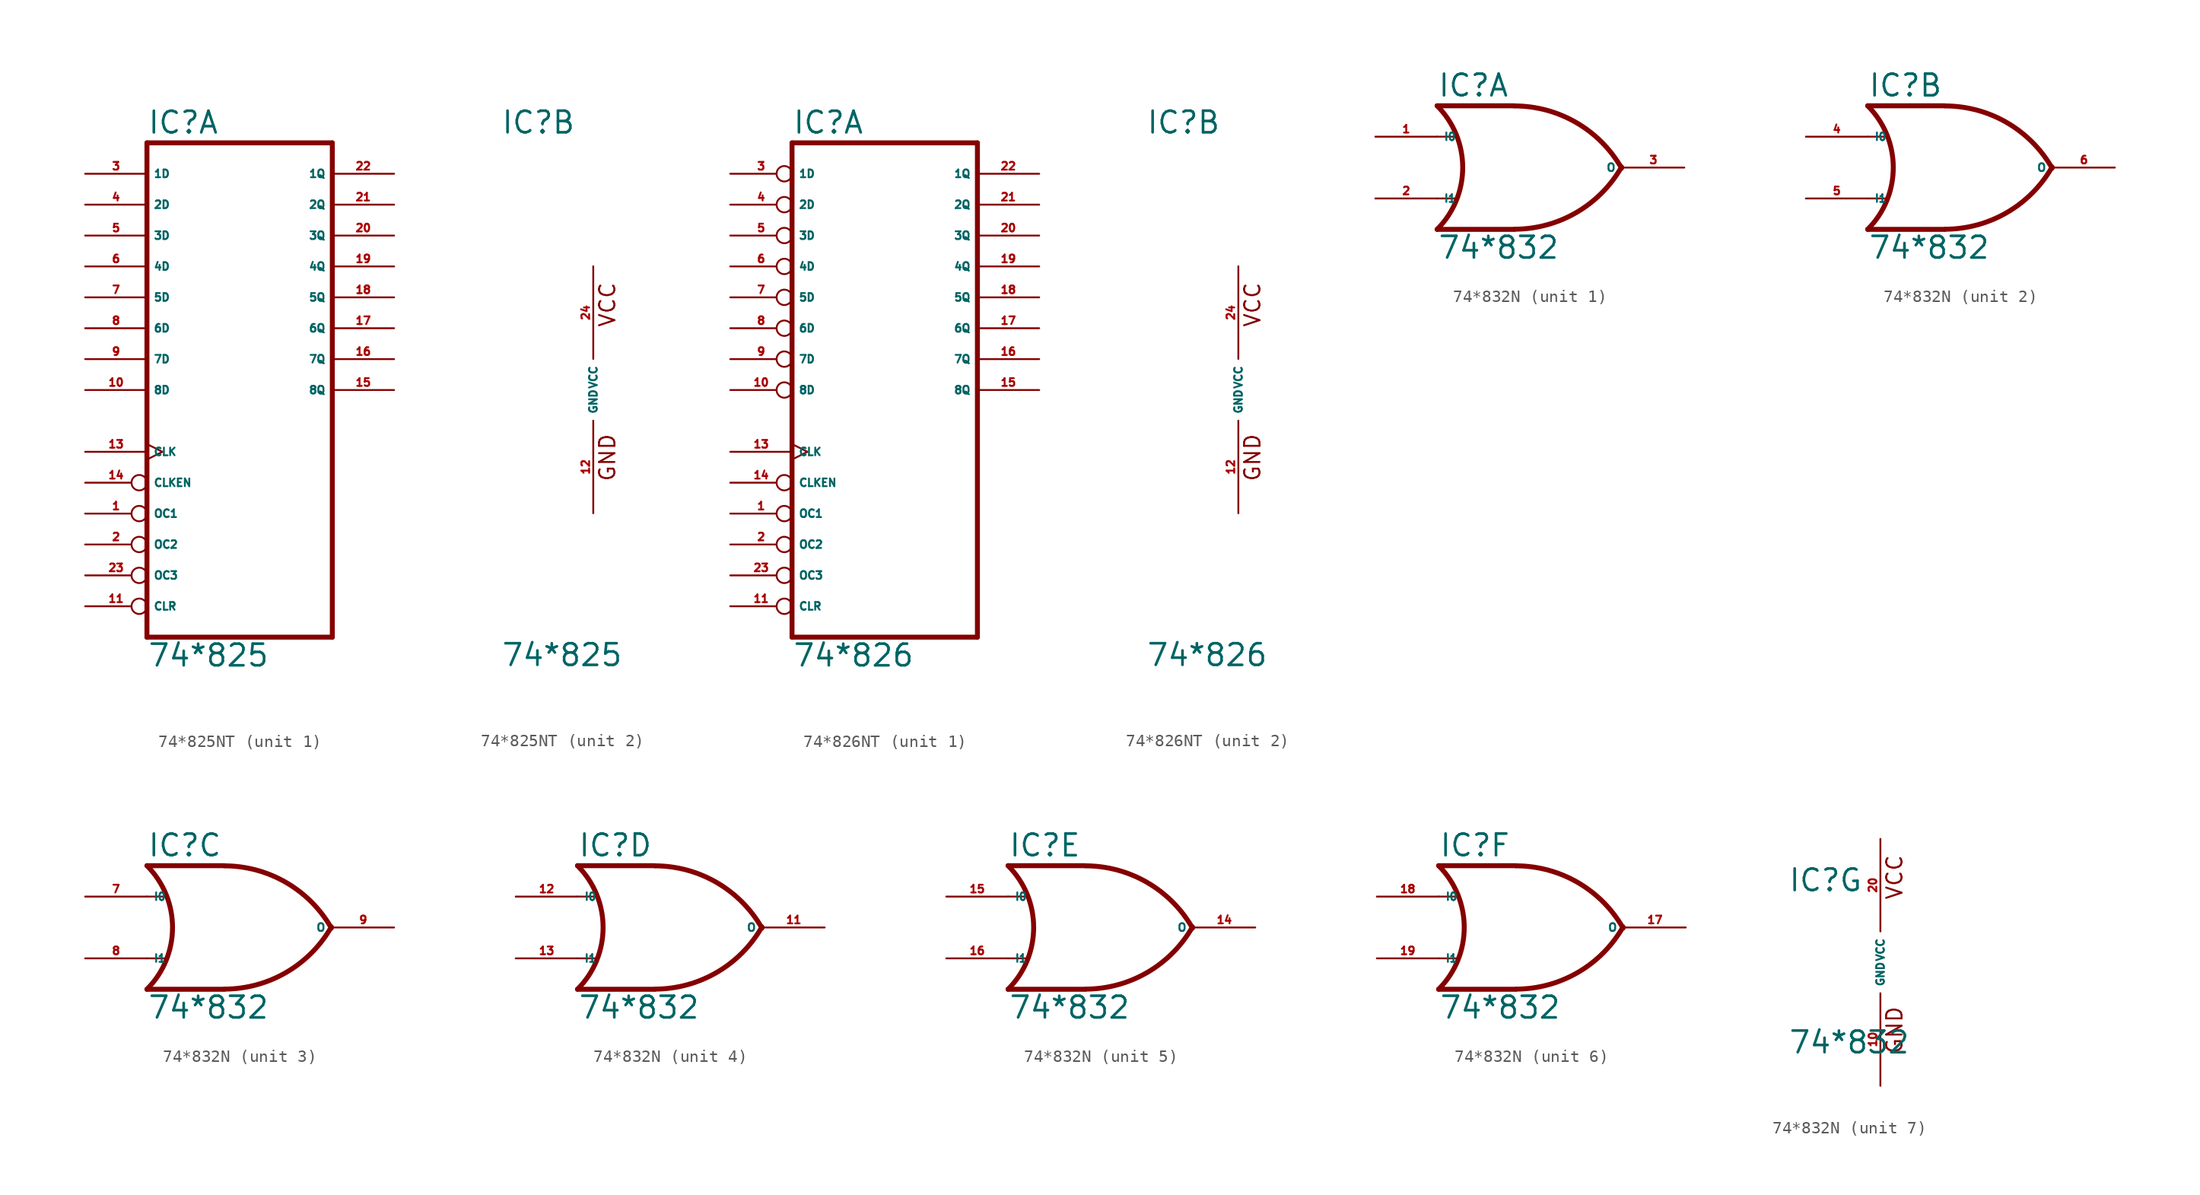
<source format=kicad_sym>
(kicad_symbol_lib
  (version 20220914)
  (generator Eagle2Kicad)
  (symbol "74*825NT"
    (property "Reference" "IC"
      (at -7.62 20.955 0)
      (effects (font (size 1.778 1.778) (thickness 0.22)) (justify left bottom)))
    (property "Value" "74*825"
      (at -7.62 -22.86 0)
      (effects (font (size 1.778 1.778) (thickness 0.22)) (justify left bottom)))
    (symbol "74*825NT_1_0"
      (polyline (pts (xy -7.62 -20.32) (xy 7.62 -20.32)) (stroke (width 0.406) (type default)) (fill (type none)))
      (polyline (pts (xy 7.62 -20.32) (xy 7.62 20.32)) (stroke (width 0.406) (type default)) (fill (type none)))
      (polyline (pts (xy 7.62 20.32) (xy -7.62 20.32)) (stroke (width 0.406) (type default)) (fill (type none)))
      (polyline (pts (xy -7.62 20.32) (xy -7.62 -20.32)) (stroke (width 0.406) (type default)) (fill (type none)))
      (pin input inverted (at -12.7 -10.16 0) (length 5.08) (name "OC1" (effects (font (size 0.635 0.635) (thickness 0.08)) (justify left bottom))) (number "1" (effects (font (size 0.635 0.635) (thickness 0.08)) (justify left bottom))))
      (pin input inverted (at -12.7 -12.7 0) (length 5.08) (name "OC2" (effects (font (size 0.635 0.635) (thickness 0.08)) (justify left bottom))) (number "2" (effects (font (size 0.635 0.635) (thickness 0.08)) (justify left bottom))))
      (pin input line (at -12.7 17.78 0) (length 5.08) (name "1D" (effects (font (size 0.635 0.635) (thickness 0.08)) (justify left bottom))) (number "3" (effects (font (size 0.635 0.635) (thickness 0.08)) (justify left bottom))))
      (pin input line (at -12.7 15.24 0) (length 5.08) (name "2D" (effects (font (size 0.635 0.635) (thickness 0.08)) (justify left bottom))) (number "4" (effects (font (size 0.635 0.635) (thickness 0.08)) (justify left bottom))))
      (pin input line (at -12.7 12.7 0) (length 5.08) (name "3D" (effects (font (size 0.635 0.635) (thickness 0.08)) (justify left bottom))) (number "5" (effects (font (size 0.635 0.635) (thickness 0.08)) (justify left bottom))))
      (pin input line (at -12.7 10.16 0) (length 5.08) (name "4D" (effects (font (size 0.635 0.635) (thickness 0.08)) (justify left bottom))) (number "6" (effects (font (size 0.635 0.635) (thickness 0.08)) (justify left bottom))))
      (pin input line (at -12.7 7.62 0) (length 5.08) (name "5D" (effects (font (size 0.635 0.635) (thickness 0.08)) (justify left bottom))) (number "7" (effects (font (size 0.635 0.635) (thickness 0.08)) (justify left bottom))))
      (pin input line (at -12.7 5.08 0) (length 5.08) (name "6D" (effects (font (size 0.635 0.635) (thickness 0.08)) (justify left bottom))) (number "8" (effects (font (size 0.635 0.635) (thickness 0.08)) (justify left bottom))))
      (pin input line (at -12.7 2.54 0) (length 5.08) (name "7D" (effects (font (size 0.635 0.635) (thickness 0.08)) (justify left bottom))) (number "9" (effects (font (size 0.635 0.635) (thickness 0.08)) (justify left bottom))))
      (pin input line (at -12.7 0 0) (length 5.08) (name "8D" (effects (font (size 0.635 0.635) (thickness 0.08)) (justify left bottom))) (number "10" (effects (font (size 0.635 0.635) (thickness 0.08)) (justify left bottom))))
      (pin input inverted (at -12.7 -17.78 0) (length 5.08) (name "CLR" (effects (font (size 0.635 0.635) (thickness 0.08)) (justify left bottom))) (number "11" (effects (font (size 0.635 0.635) (thickness 0.08)) (justify left bottom))))
      (pin input clock (at -12.7 -5.08 0) (length 5.08) (name "CLK" (effects (font (size 0.635 0.635) (thickness 0.08)) (justify left bottom))) (number "13" (effects (font (size 0.635 0.635) (thickness 0.08)) (justify left bottom))))
      (pin input inverted (at -12.7 -7.62 0) (length 5.08) (name "CLKEN" (effects (font (size 0.635 0.635) (thickness 0.08)) (justify left bottom))) (number "14" (effects (font (size 0.635 0.635) (thickness 0.08)) (justify left bottom))))
      (pin tri_state line (at 12.7 0 180) (length 5.08) (name "8Q" (effects (font (size 0.635 0.635) (thickness 0.08)) (justify left bottom))) (number "15" (effects (font (size 0.635 0.635) (thickness 0.08)) (justify left bottom))))
      (pin tri_state line (at 12.7 2.54 180) (length 5.08) (name "7Q" (effects (font (size 0.635 0.635) (thickness 0.08)) (justify left bottom))) (number "16" (effects (font (size 0.635 0.635) (thickness 0.08)) (justify left bottom))))
      (pin tri_state line (at 12.7 5.08 180) (length 5.08) (name "6Q" (effects (font (size 0.635 0.635) (thickness 0.08)) (justify left bottom))) (number "17" (effects (font (size 0.635 0.635) (thickness 0.08)) (justify left bottom))))
      (pin tri_state line (at 12.7 7.62 180) (length 5.08) (name "5Q" (effects (font (size 0.635 0.635) (thickness 0.08)) (justify left bottom))) (number "18" (effects (font (size 0.635 0.635) (thickness 0.08)) (justify left bottom))))
      (pin tri_state line (at 12.7 10.16 180) (length 5.08) (name "4Q" (effects (font (size 0.635 0.635) (thickness 0.08)) (justify left bottom))) (number "19" (effects (font (size 0.635 0.635) (thickness 0.08)) (justify left bottom))))
      (pin tri_state line (at 12.7 12.7 180) (length 5.08) (name "3Q" (effects (font (size 0.635 0.635) (thickness 0.08)) (justify left bottom))) (number "20" (effects (font (size 0.635 0.635) (thickness 0.08)) (justify left bottom))))
      (pin tri_state line (at 12.7 15.24 180) (length 5.08) (name "2Q" (effects (font (size 0.635 0.635) (thickness 0.08)) (justify left bottom))) (number "21" (effects (font (size 0.635 0.635) (thickness 0.08)) (justify left bottom))))
      (pin tri_state line (at 12.7 17.78 180) (length 5.08) (name "1Q" (effects (font (size 0.635 0.635) (thickness 0.08)) (justify left bottom))) (number "22" (effects (font (size 0.635 0.635) (thickness 0.08)) (justify left bottom))))
      (pin input inverted (at -12.7 -15.24 0) (length 5.08) (name "OC3" (effects (font (size 0.635 0.635) (thickness 0.08)) (justify left bottom))) (number "23" (effects (font (size 0.635 0.635) (thickness 0.08)) (justify left bottom)))))
    (symbol "74*825NT_2_0"
      (text "GND" (at 1.905 -7.62 900) (effects (font (size 1.27 1.27) (thickness 0.16)) (justify left bottom)))
      (text "VCC" (at 1.905 5.08 900) (effects (font (size 1.27 1.27) (thickness 0.16)) (justify left bottom)))
      (pin unspecified line (at 0 -10.16 90) (length 7.62) (name "GND" (effects (font (size 0.635 0.635) (thickness 0.08)) (justify left bottom))) (number "12" (effects (font (size 0.635 0.635) (thickness 0.08)) (justify left bottom))))
      (pin unspecified line (at 0 10.16 270) (length 7.62) (name "VCC" (effects (font (size 0.635 0.635) (thickness 0.08)) (justify left bottom))) (number "24" (effects (font (size 0.635 0.635) (thickness 0.08)) (justify left bottom))))))
  (symbol "74*826NT"
    (property "Reference" "IC"
      (at -7.62 20.955 0)
      (effects (font (size 1.778 1.778) (thickness 0.22)) (justify left bottom)))
    (property "Value" "74*826"
      (at -7.62 -22.86 0)
      (effects (font (size 1.778 1.778) (thickness 0.22)) (justify left bottom)))
    (symbol "74*826NT_1_0"
      (polyline (pts (xy -7.62 -20.32) (xy 7.62 -20.32)) (stroke (width 0.406) (type default)) (fill (type none)))
      (polyline (pts (xy 7.62 -20.32) (xy 7.62 20.32)) (stroke (width 0.406) (type default)) (fill (type none)))
      (polyline (pts (xy 7.62 20.32) (xy -7.62 20.32)) (stroke (width 0.406) (type default)) (fill (type none)))
      (polyline (pts (xy -7.62 20.32) (xy -7.62 -20.32)) (stroke (width 0.406) (type default)) (fill (type none)))
      (pin input inverted (at -12.7 -10.16 0) (length 5.08) (name "OC1" (effects (font (size 0.635 0.635) (thickness 0.08)) (justify left bottom))) (number "1" (effects (font (size 0.635 0.635) (thickness 0.08)) (justify left bottom))))
      (pin input inverted (at -12.7 -12.7 0) (length 5.08) (name "OC2" (effects (font (size 0.635 0.635) (thickness 0.08)) (justify left bottom))) (number "2" (effects (font (size 0.635 0.635) (thickness 0.08)) (justify left bottom))))
      (pin input inverted (at -12.7 17.78 0) (length 5.08) (name "1D" (effects (font (size 0.635 0.635) (thickness 0.08)) (justify left bottom))) (number "3" (effects (font (size 0.635 0.635) (thickness 0.08)) (justify left bottom))))
      (pin input inverted (at -12.7 15.24 0) (length 5.08) (name "2D" (effects (font (size 0.635 0.635) (thickness 0.08)) (justify left bottom))) (number "4" (effects (font (size 0.635 0.635) (thickness 0.08)) (justify left bottom))))
      (pin input inverted (at -12.7 12.7 0) (length 5.08) (name "3D" (effects (font (size 0.635 0.635) (thickness 0.08)) (justify left bottom))) (number "5" (effects (font (size 0.635 0.635) (thickness 0.08)) (justify left bottom))))
      (pin input inverted (at -12.7 10.16 0) (length 5.08) (name "4D" (effects (font (size 0.635 0.635) (thickness 0.08)) (justify left bottom))) (number "6" (effects (font (size 0.635 0.635) (thickness 0.08)) (justify left bottom))))
      (pin input inverted (at -12.7 7.62 0) (length 5.08) (name "5D" (effects (font (size 0.635 0.635) (thickness 0.08)) (justify left bottom))) (number "7" (effects (font (size 0.635 0.635) (thickness 0.08)) (justify left bottom))))
      (pin input inverted (at -12.7 5.08 0) (length 5.08) (name "6D" (effects (font (size 0.635 0.635) (thickness 0.08)) (justify left bottom))) (number "8" (effects (font (size 0.635 0.635) (thickness 0.08)) (justify left bottom))))
      (pin input inverted (at -12.7 2.54 0) (length 5.08) (name "7D" (effects (font (size 0.635 0.635) (thickness 0.08)) (justify left bottom))) (number "9" (effects (font (size 0.635 0.635) (thickness 0.08)) (justify left bottom))))
      (pin input inverted (at -12.7 0 0) (length 5.08) (name "8D" (effects (font (size 0.635 0.635) (thickness 0.08)) (justify left bottom))) (number "10" (effects (font (size 0.635 0.635) (thickness 0.08)) (justify left bottom))))
      (pin input inverted (at -12.7 -17.78 0) (length 5.08) (name "CLR" (effects (font (size 0.635 0.635) (thickness 0.08)) (justify left bottom))) (number "11" (effects (font (size 0.635 0.635) (thickness 0.08)) (justify left bottom))))
      (pin input clock (at -12.7 -5.08 0) (length 5.08) (name "CLK" (effects (font (size 0.635 0.635) (thickness 0.08)) (justify left bottom))) (number "13" (effects (font (size 0.635 0.635) (thickness 0.08)) (justify left bottom))))
      (pin input inverted (at -12.7 -7.62 0) (length 5.08) (name "CLKEN" (effects (font (size 0.635 0.635) (thickness 0.08)) (justify left bottom))) (number "14" (effects (font (size 0.635 0.635) (thickness 0.08)) (justify left bottom))))
      (pin tri_state line (at 12.7 0 180) (length 5.08) (name "8Q" (effects (font (size 0.635 0.635) (thickness 0.08)) (justify left bottom))) (number "15" (effects (font (size 0.635 0.635) (thickness 0.08)) (justify left bottom))))
      (pin tri_state line (at 12.7 2.54 180) (length 5.08) (name "7Q" (effects (font (size 0.635 0.635) (thickness 0.08)) (justify left bottom))) (number "16" (effects (font (size 0.635 0.635) (thickness 0.08)) (justify left bottom))))
      (pin tri_state line (at 12.7 5.08 180) (length 5.08) (name "6Q" (effects (font (size 0.635 0.635) (thickness 0.08)) (justify left bottom))) (number "17" (effects (font (size 0.635 0.635) (thickness 0.08)) (justify left bottom))))
      (pin tri_state line (at 12.7 7.62 180) (length 5.08) (name "5Q" (effects (font (size 0.635 0.635) (thickness 0.08)) (justify left bottom))) (number "18" (effects (font (size 0.635 0.635) (thickness 0.08)) (justify left bottom))))
      (pin tri_state line (at 12.7 10.16 180) (length 5.08) (name "4Q" (effects (font (size 0.635 0.635) (thickness 0.08)) (justify left bottom))) (number "19" (effects (font (size 0.635 0.635) (thickness 0.08)) (justify left bottom))))
      (pin tri_state line (at 12.7 12.7 180) (length 5.08) (name "3Q" (effects (font (size 0.635 0.635) (thickness 0.08)) (justify left bottom))) (number "20" (effects (font (size 0.635 0.635) (thickness 0.08)) (justify left bottom))))
      (pin tri_state line (at 12.7 15.24 180) (length 5.08) (name "2Q" (effects (font (size 0.635 0.635) (thickness 0.08)) (justify left bottom))) (number "21" (effects (font (size 0.635 0.635) (thickness 0.08)) (justify left bottom))))
      (pin tri_state line (at 12.7 17.78 180) (length 5.08) (name "1Q" (effects (font (size 0.635 0.635) (thickness 0.08)) (justify left bottom))) (number "22" (effects (font (size 0.635 0.635) (thickness 0.08)) (justify left bottom))))
      (pin input inverted (at -12.7 -15.24 0) (length 5.08) (name "OC3" (effects (font (size 0.635 0.635) (thickness 0.08)) (justify left bottom))) (number "23" (effects (font (size 0.635 0.635) (thickness 0.08)) (justify left bottom)))))
    (symbol "74*826NT_2_0"
      (text "GND" (at 1.905 -7.62 900) (effects (font (size 1.27 1.27) (thickness 0.16)) (justify left bottom)))
      (text "VCC" (at 1.905 5.08 900) (effects (font (size 1.27 1.27) (thickness 0.16)) (justify left bottom)))
      (pin unspecified line (at 0 -10.16 90) (length 7.62) (name "GND" (effects (font (size 0.635 0.635) (thickness 0.08)) (justify left bottom))) (number "12" (effects (font (size 0.635 0.635) (thickness 0.08)) (justify left bottom))))
      (pin unspecified line (at 0 10.16 270) (length 7.62) (name "VCC" (effects (font (size 0.635 0.635) (thickness 0.08)) (justify left bottom))) (number "24" (effects (font (size 0.635 0.635) (thickness 0.08)) (justify left bottom))))))
  (symbol "74*832N"
    (property "Reference" "IC"
      (at -7.62 5.715 0)
      (effects (font (size 1.778 1.778) (thickness 0.22)) (justify left bottom)))
    (property "Value" "74*832"
      (at -7.62 -7.62 0)
      (effects (font (size 1.778 1.778) (thickness 0.22)) (justify left bottom)))
    (symbol "74*832N_1_0"
      (polyline (pts (xy -1.27 5.08) (xy -7.62 5.08)) (stroke (width 0.406) (type default)) (fill (type none)))
      (polyline (pts (xy -1.27 -5.08) (xy -7.62 -5.08)) (stroke (width 0.406) (type default)) (fill (type none)))
      (polyline (pts (xy -7.62 2.54) (xy -6.096 2.54)) (stroke (width 0.152) (type default)) (fill (type none)))
      (polyline (pts (xy -7.62 -2.54) (xy -6.096 -2.54)) (stroke (width 0.152) (type default)) (fill (type none)))
      (arc (start -1.2446 -5.0678) (mid 3.837 -3.689) (end 7.5439 0.0507) (stroke (width 0.4064) (type default)) (fill (type none)))
      (arc (start 7.5442 -0.0505) (mid 3.837 3.689) (end -1.2446 5.0678) (stroke (width 0.4064) (type default)) (fill (type none)))
      (arc (start -7.62 -5.08) (mid -5.516 0.000) (end -7.62 5.08) (stroke (width 0.4064) (type default)) (fill (type none)))
      (pin input line (at -12.7 2.54 0) (length 5.08) (name "I0" (effects (font (size 0.635 0.635) (thickness 0.08)) (justify left bottom))) (number "1" (effects (font (size 0.635 0.635) (thickness 0.08)) (justify left bottom))))
      (pin input line (at -12.7 -2.54 0) (length 5.08) (name "I1" (effects (font (size 0.635 0.635) (thickness 0.08)) (justify left bottom))) (number "2" (effects (font (size 0.635 0.635) (thickness 0.08)) (justify left bottom))))
      (pin output line (at 12.7 0 180) (length 5.08) (name "O" (effects (font (size 0.635 0.635) (thickness 0.08)) (justify left bottom))) (number "3" (effects (font (size 0.635 0.635) (thickness 0.08)) (justify left bottom)))))
    (symbol "74*832N_2_0"
      (polyline (pts (xy -1.27 5.08) (xy -7.62 5.08)) (stroke (width 0.406) (type default)) (fill (type none)))
      (polyline (pts (xy -1.27 -5.08) (xy -7.62 -5.08)) (stroke (width 0.406) (type default)) (fill (type none)))
      (polyline (pts (xy -7.62 2.54) (xy -6.096 2.54)) (stroke (width 0.152) (type default)) (fill (type none)))
      (polyline (pts (xy -7.62 -2.54) (xy -6.096 -2.54)) (stroke (width 0.152) (type default)) (fill (type none)))
      (arc (start -1.2446 -5.0678) (mid 3.837 -3.689) (end 7.5439 0.0507) (stroke (width 0.4064) (type default)) (fill (type none)))
      (arc (start 7.5442 -0.0505) (mid 3.837 3.689) (end -1.2446 5.0678) (stroke (width 0.4064) (type default)) (fill (type none)))
      (arc (start -7.62 -5.08) (mid -5.516 0.000) (end -7.62 5.08) (stroke (width 0.4064) (type default)) (fill (type none)))
      (pin input line (at -12.7 2.54 0) (length 5.08) (name "I0" (effects (font (size 0.635 0.635) (thickness 0.08)) (justify left bottom))) (number "4" (effects (font (size 0.635 0.635) (thickness 0.08)) (justify left bottom))))
      (pin input line (at -12.7 -2.54 0) (length 5.08) (name "I1" (effects (font (size 0.635 0.635) (thickness 0.08)) (justify left bottom))) (number "5" (effects (font (size 0.635 0.635) (thickness 0.08)) (justify left bottom))))
      (pin output line (at 12.7 0 180) (length 5.08) (name "O" (effects (font (size 0.635 0.635) (thickness 0.08)) (justify left bottom))) (number "6" (effects (font (size 0.635 0.635) (thickness 0.08)) (justify left bottom)))))
    (symbol "74*832N_3_0"
      (polyline (pts (xy -1.27 5.08) (xy -7.62 5.08)) (stroke (width 0.406) (type default)) (fill (type none)))
      (polyline (pts (xy -1.27 -5.08) (xy -7.62 -5.08)) (stroke (width 0.406) (type default)) (fill (type none)))
      (polyline (pts (xy -7.62 2.54) (xy -6.096 2.54)) (stroke (width 0.152) (type default)) (fill (type none)))
      (polyline (pts (xy -7.62 -2.54) (xy -6.096 -2.54)) (stroke (width 0.152) (type default)) (fill (type none)))
      (arc (start -1.2446 -5.0678) (mid 3.837 -3.689) (end 7.5439 0.0507) (stroke (width 0.4064) (type default)) (fill (type none)))
      (arc (start 7.5442 -0.0505) (mid 3.837 3.689) (end -1.2446 5.0678) (stroke (width 0.4064) (type default)) (fill (type none)))
      (arc (start -7.62 -5.08) (mid -5.516 0.000) (end -7.62 5.08) (stroke (width 0.4064) (type default)) (fill (type none)))
      (pin input line (at -12.7 2.54 0) (length 5.08) (name "I0" (effects (font (size 0.635 0.635) (thickness 0.08)) (justify left bottom))) (number "7" (effects (font (size 0.635 0.635) (thickness 0.08)) (justify left bottom))))
      (pin input line (at -12.7 -2.54 0) (length 5.08) (name "I1" (effects (font (size 0.635 0.635) (thickness 0.08)) (justify left bottom))) (number "8" (effects (font (size 0.635 0.635) (thickness 0.08)) (justify left bottom))))
      (pin output line (at 12.7 0 180) (length 5.08) (name "O" (effects (font (size 0.635 0.635) (thickness 0.08)) (justify left bottom))) (number "9" (effects (font (size 0.635 0.635) (thickness 0.08)) (justify left bottom)))))
    (symbol "74*832N_4_0"
      (polyline (pts (xy -1.27 5.08) (xy -7.62 5.08)) (stroke (width 0.406) (type default)) (fill (type none)))
      (polyline (pts (xy -1.27 -5.08) (xy -7.62 -5.08)) (stroke (width 0.406) (type default)) (fill (type none)))
      (polyline (pts (xy -7.62 2.54) (xy -6.096 2.54)) (stroke (width 0.152) (type default)) (fill (type none)))
      (polyline (pts (xy -7.62 -2.54) (xy -6.096 -2.54)) (stroke (width 0.152) (type default)) (fill (type none)))
      (arc (start -1.2446 -5.0678) (mid 3.837 -3.689) (end 7.5439 0.0507) (stroke (width 0.4064) (type default)) (fill (type none)))
      (arc (start 7.5442 -0.0505) (mid 3.837 3.689) (end -1.2446 5.0678) (stroke (width 0.4064) (type default)) (fill (type none)))
      (arc (start -7.62 -5.08) (mid -5.516 0.000) (end -7.62 5.08) (stroke (width 0.4064) (type default)) (fill (type none)))
      (pin input line (at -12.7 2.54 0) (length 5.08) (name "I0" (effects (font (size 0.635 0.635) (thickness 0.08)) (justify left bottom))) (number "12" (effects (font (size 0.635 0.635) (thickness 0.08)) (justify left bottom))))
      (pin input line (at -12.7 -2.54 0) (length 5.08) (name "I1" (effects (font (size 0.635 0.635) (thickness 0.08)) (justify left bottom))) (number "13" (effects (font (size 0.635 0.635) (thickness 0.08)) (justify left bottom))))
      (pin output line (at 12.7 0 180) (length 5.08) (name "O" (effects (font (size 0.635 0.635) (thickness 0.08)) (justify left bottom))) (number "11" (effects (font (size 0.635 0.635) (thickness 0.08)) (justify left bottom)))))
    (symbol "74*832N_5_0"
      (polyline (pts (xy -1.27 5.08) (xy -7.62 5.08)) (stroke (width 0.406) (type default)) (fill (type none)))
      (polyline (pts (xy -1.27 -5.08) (xy -7.62 -5.08)) (stroke (width 0.406) (type default)) (fill (type none)))
      (polyline (pts (xy -7.62 2.54) (xy -6.096 2.54)) (stroke (width 0.152) (type default)) (fill (type none)))
      (polyline (pts (xy -7.62 -2.54) (xy -6.096 -2.54)) (stroke (width 0.152) (type default)) (fill (type none)))
      (arc (start -1.2446 -5.0678) (mid 3.837 -3.689) (end 7.5439 0.0507) (stroke (width 0.4064) (type default)) (fill (type none)))
      (arc (start 7.5442 -0.0505) (mid 3.837 3.689) (end -1.2446 5.0678) (stroke (width 0.4064) (type default)) (fill (type none)))
      (arc (start -7.62 -5.08) (mid -5.516 0.000) (end -7.62 5.08) (stroke (width 0.4064) (type default)) (fill (type none)))
      (pin input line (at -12.7 2.54 0) (length 5.08) (name "I0" (effects (font (size 0.635 0.635) (thickness 0.08)) (justify left bottom))) (number "15" (effects (font (size 0.635 0.635) (thickness 0.08)) (justify left bottom))))
      (pin input line (at -12.7 -2.54 0) (length 5.08) (name "I1" (effects (font (size 0.635 0.635) (thickness 0.08)) (justify left bottom))) (number "16" (effects (font (size 0.635 0.635) (thickness 0.08)) (justify left bottom))))
      (pin output line (at 12.7 0 180) (length 5.08) (name "O" (effects (font (size 0.635 0.635) (thickness 0.08)) (justify left bottom))) (number "14" (effects (font (size 0.635 0.635) (thickness 0.08)) (justify left bottom)))))
    (symbol "74*832N_6_0"
      (polyline (pts (xy -1.27 5.08) (xy -7.62 5.08)) (stroke (width 0.406) (type default)) (fill (type none)))
      (polyline (pts (xy -1.27 -5.08) (xy -7.62 -5.08)) (stroke (width 0.406) (type default)) (fill (type none)))
      (polyline (pts (xy -7.62 2.54) (xy -6.096 2.54)) (stroke (width 0.152) (type default)) (fill (type none)))
      (polyline (pts (xy -7.62 -2.54) (xy -6.096 -2.54)) (stroke (width 0.152) (type default)) (fill (type none)))
      (arc (start -1.2446 -5.0678) (mid 3.837 -3.689) (end 7.5439 0.0507) (stroke (width 0.4064) (type default)) (fill (type none)))
      (arc (start 7.5442 -0.0505) (mid 3.837 3.689) (end -1.2446 5.0678) (stroke (width 0.4064) (type default)) (fill (type none)))
      (arc (start -7.62 -5.08) (mid -5.516 0.000) (end -7.62 5.08) (stroke (width 0.4064) (type default)) (fill (type none)))
      (pin input line (at -12.7 2.54 0) (length 5.08) (name "I0" (effects (font (size 0.635 0.635) (thickness 0.08)) (justify left bottom))) (number "18" (effects (font (size 0.635 0.635) (thickness 0.08)) (justify left bottom))))
      (pin input line (at -12.7 -2.54 0) (length 5.08) (name "I1" (effects (font (size 0.635 0.635) (thickness 0.08)) (justify left bottom))) (number "19" (effects (font (size 0.635 0.635) (thickness 0.08)) (justify left bottom))))
      (pin output line (at 12.7 0 180) (length 5.08) (name "O" (effects (font (size 0.635 0.635) (thickness 0.08)) (justify left bottom))) (number "17" (effects (font (size 0.635 0.635) (thickness 0.08)) (justify left bottom)))))
    (symbol "74*832N_7_0"
      (text "GND" (at 1.905 -7.62 900) (effects (font (size 1.27 1.27) (thickness 0.16)) (justify left bottom)))
      (text "VCC" (at 1.905 5.08 900) (effects (font (size 1.27 1.27) (thickness 0.16)) (justify left bottom)))
      (pin unspecified line (at 0 -10.16 90) (length 7.62) (name "GND" (effects (font (size 0.635 0.635) (thickness 0.08)) (justify left bottom))) (number "10" (effects (font (size 0.635 0.635) (thickness 0.08)) (justify left bottom))))
      (pin unspecified line (at 0 10.16 270) (length 7.62) (name "VCC" (effects (font (size 0.635 0.635) (thickness 0.08)) (justify left bottom))) (number "20" (effects (font (size 0.635 0.635) (thickness 0.08)) (justify left bottom)))))))
</source>
